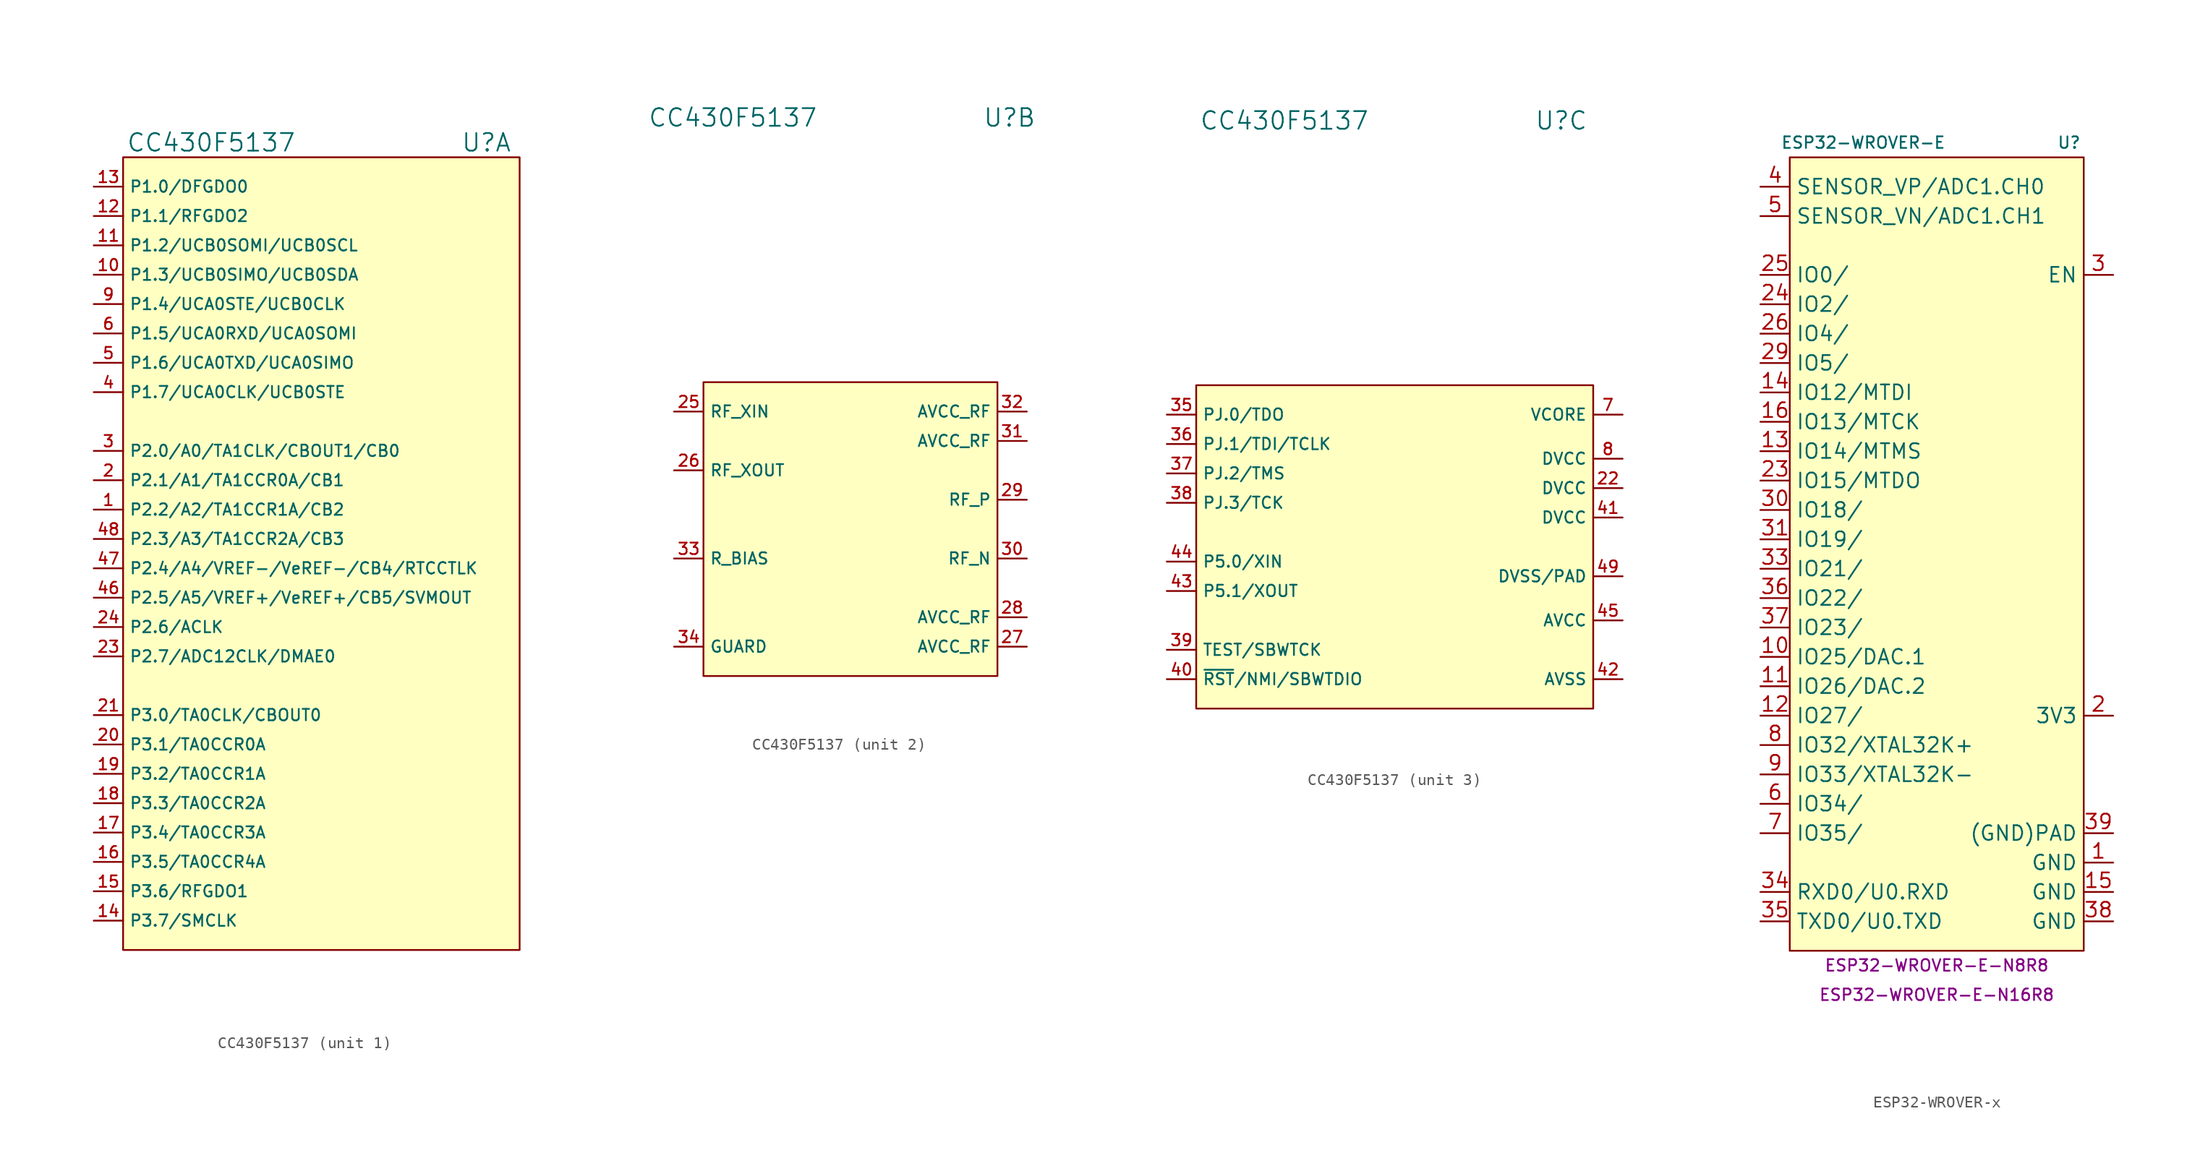
<source format=kicad_sym>
(kicad_symbol_lib
  (version 20220914)
  (generator kicad_symbol_editor)
  (symbol "CC430F5137"
    (property "Reference" "U"
      (at 11.43 35.56 0)
      (effects (font (size 1.524 1.524)) (justify left)))
    (property "Value" "CC430F5137"
      (at -10.16 35.56 0)
      (effects (font (size 1.524 1.524))))
    (property "ki_locked" ""
      (at 0 0 0)
      (effects (font (size 1.27 1.27))))
    (symbol "CC430F5137_1_1"
      (rectangle (start -17.78 -34.29) (end 16.51 34.29) (stroke (width 0) (type default)) (fill (type background)))
      (pin bidirectional line (at -20.32 3.81 0) (length 2.54) (name "P2.2/A2/TA1CCR1A/CB2" (effects (font (size 0.991 0.991)))) (number "1" (effects (font (size 0.991 0.991)))))
      (pin bidirectional line (at -20.32 24.13 0) (length 2.54) (name "P1.3/UCB0SIMO/UCB0SDA" (effects (font (size 0.991 0.991)))) (number "10" (effects (font (size 0.991 0.991)))))
      (pin bidirectional line (at -20.32 26.67 0) (length 2.54) (name "P1.2/UCB0SOMI/UCB0SCL" (effects (font (size 0.991 0.991)))) (number "11" (effects (font (size 0.991 0.991)))))
      (pin bidirectional line (at -20.32 29.21 0) (length 2.54) (name "P1.1/RFGDO2" (effects (font (size 0.991 0.991)))) (number "12" (effects (font (size 0.991 0.991)))))
      (pin bidirectional line (at -20.32 31.75 0) (length 2.54) (name "P1.0/DFGDO0" (effects (font (size 0.991 0.991)))) (number "13" (effects (font (size 0.991 0.991)))))
      (pin bidirectional line (at -20.32 -31.75 0) (length 2.54) (name "P3.7/SMCLK" (effects (font (size 0.991 0.991)))) (number "14" (effects (font (size 0.991 0.991)))))
      (pin bidirectional line (at -20.32 -29.21 0) (length 2.54) (name "P3.6/RFGDO1" (effects (font (size 0.991 0.991)))) (number "15" (effects (font (size 0.991 0.991)))))
      (pin bidirectional line (at -20.32 -26.67 0) (length 2.54) (name "P3.5/TA0CCR4A" (effects (font (size 0.991 0.991)))) (number "16" (effects (font (size 0.991 0.991)))))
      (pin bidirectional line (at -20.32 -24.13 0) (length 2.54) (name "P3.4/TA0CCR3A" (effects (font (size 0.991 0.991)))) (number "17" (effects (font (size 0.991 0.991)))))
      (pin bidirectional line (at -20.32 -21.59 0) (length 2.54) (name "P3.3/TA0CCR2A" (effects (font (size 0.991 0.991)))) (number "18" (effects (font (size 0.991 0.991)))))
      (pin bidirectional line (at -20.32 -19.05 0) (length 2.54) (name "P3.2/TA0CCR1A" (effects (font (size 0.991 0.991)))) (number "19" (effects (font (size 0.991 0.991)))))
      (pin bidirectional line (at -20.32 6.35 0) (length 2.54) (name "P2.1/A1/TA1CCR0A/CB1" (effects (font (size 0.991 0.991)))) (number "2" (effects (font (size 0.991 0.991)))))
      (pin bidirectional line (at -20.32 -16.51 0) (length 2.54) (name "P3.1/TA0CCR0A" (effects (font (size 0.991 0.991)))) (number "20" (effects (font (size 0.991 0.991)))))
      (pin bidirectional line (at -20.32 -13.97 0) (length 2.54) (name "P3.0/TA0CLK/CBOUT0" (effects (font (size 0.991 0.991)))) (number "21" (effects (font (size 0.991 0.991)))))
      (pin bidirectional line (at -20.32 -8.89 0) (length 2.54) (name "P2.7/ADC12CLK/DMAE0" (effects (font (size 0.991 0.991)))) (number "23" (effects (font (size 0.991 0.991)))))
      (pin bidirectional line (at -20.32 -6.35 0) (length 2.54) (name "P2.6/ACLK" (effects (font (size 0.991 0.991)))) (number "24" (effects (font (size 0.991 0.991)))))
      (pin bidirectional line (at -20.32 8.89 0) (length 2.54) (name "P2.0/A0/TA1CLK/CBOUT1/CB0" (effects (font (size 0.991 0.991)))) (number "3" (effects (font (size 0.991 0.991)))))
      (pin bidirectional line (at -20.32 13.97 0) (length 2.54) (name "P1.7/UCA0CLK/UCB0STE" (effects (font (size 0.991 0.991)))) (number "4" (effects (font (size 0.991 0.991)))))
      (pin bidirectional line (at -20.32 -3.81 0) (length 2.54) (name "P2.5/A5/VREF+/VeREF+/CB5/SVMOUT" (effects (font (size 0.991 0.991)))) (number "46" (effects (font (size 0.991 0.991)))))
      (pin bidirectional line (at -20.32 -1.27 0) (length 2.54) (name "P2.4/A4/VREF-/VeREF-/CB4/RTCCTLK" (effects (font (size 0.991 0.991)))) (number "47" (effects (font (size 0.991 0.991)))))
      (pin bidirectional line (at -20.32 1.27 0) (length 2.54) (name "P2.3/A3/TA1CCR2A/CB3" (effects (font (size 0.991 0.991)))) (number "48" (effects (font (size 0.991 0.991)))))
      (pin bidirectional line (at -20.32 16.51 0) (length 2.54) (name "P1.6/UCA0TXD/UCA0SIMO" (effects (font (size 0.991 0.991)))) (number "5" (effects (font (size 0.991 0.991)))))
      (pin bidirectional line (at -20.32 19.05 0) (length 2.54) (name "P1.5/UCA0RXD/UCA0SOMI" (effects (font (size 0.991 0.991)))) (number "6" (effects (font (size 0.991 0.991)))))
      (pin bidirectional line (at -20.32 21.59 0) (length 2.54) (name "P1.4/UCA0STE/UCB0CLK" (effects (font (size 0.991 0.991)))) (number "9" (effects (font (size 0.991 0.991))))))
    (symbol "CC430F5137_2_1"
      (rectangle (start -12.7 -12.7) (end 12.7 12.7) (stroke (width 0) (type default)) (fill (type background)))
      (pin passive line (at -15.24 10.16 0) (length 2.54) (name "RF_XIN" (effects (font (size 0.991 0.991)))) (number "25" (effects (font (size 0.991 0.991)))))
      (pin passive line (at -15.24 5.08 0) (length 2.54) (name "RF_XOUT" (effects (font (size 0.991 0.991)))) (number "26" (effects (font (size 0.991 0.991)))))
      (pin power_in line (at 15.24 -10.16 180) (length 2.54) (name "AVCC_RF" (effects (font (size 0.991 0.991)))) (number "27" (effects (font (size 0.991 0.991)))))
      (pin power_in line (at 15.24 -7.62 180) (length 2.54) (name "AVCC_RF" (effects (font (size 0.991 0.991)))) (number "28" (effects (font (size 0.991 0.991)))))
      (pin bidirectional line (at 15.24 2.54 180) (length 2.54) (name "RF_P" (effects (font (size 0.991 0.991)))) (number "29" (effects (font (size 0.991 0.991)))))
      (pin bidirectional line (at 15.24 -2.54 180) (length 2.54) (name "RF_N" (effects (font (size 0.991 0.991)))) (number "30" (effects (font (size 0.991 0.991)))))
      (pin power_in line (at 15.24 7.62 180) (length 2.54) (name "AVCC_RF" (effects (font (size 0.991 0.991)))) (number "31" (effects (font (size 0.991 0.991)))))
      (pin power_in line (at 15.24 10.16 180) (length 2.54) (name "AVCC_RF" (effects (font (size 0.991 0.991)))) (number "32" (effects (font (size 0.991 0.991)))))
      (pin passive line (at -15.24 -2.54 0) (length 2.54) (name "R_BIAS" (effects (font (size 0.991 0.991)))) (number "33" (effects (font (size 0.991 0.991)))))
      (pin passive line (at -15.24 -10.16 0) (length 2.54) (name "GUARD" (effects (font (size 0.991 0.991)))) (number "34" (effects (font (size 0.991 0.991))))))
    (symbol "CC430F5137_3_1"
      (rectangle (start -17.78 -15.24) (end 16.51 12.7) (stroke (width 0) (type default)) (fill (type background)))
      (pin power_in line (at 19.05 3.81 180) (length 2.54) (name "DVCC" (effects (font (size 0.991 0.991)))) (number "22" (effects (font (size 0.991 0.991)))))
      (pin bidirectional line (at -20.32 10.16 0) (length 2.54) (name "PJ.0/TDO" (effects (font (size 0.991 0.991)))) (number "35" (effects (font (size 0.991 0.991)))))
      (pin bidirectional line (at -20.32 7.62 0) (length 2.54) (name "PJ.1/TDI/TCLK" (effects (font (size 0.991 0.991)))) (number "36" (effects (font (size 0.991 0.991)))))
      (pin bidirectional line (at -20.32 5.08 0) (length 2.54) (name "PJ.2/TMS" (effects (font (size 0.991 0.991)))) (number "37" (effects (font (size 0.991 0.991)))))
      (pin bidirectional line (at -20.32 2.54 0) (length 2.54) (name "PJ.3/TCK" (effects (font (size 0.991 0.991)))) (number "38" (effects (font (size 0.991 0.991)))))
      (pin input line (at -20.32 -10.16 0) (length 2.54) (name "TEST/SBWTCK" (effects (font (size 0.991 0.991)))) (number "39" (effects (font (size 0.991 0.991)))))
      (pin bidirectional line (at -20.32 -12.7 0) (length 2.54) (name "~{RST}/NMI/SBWTDIO" (effects (font (size 0.991 0.991)))) (number "40" (effects (font (size 0.991 0.991)))))
      (pin power_in line (at 19.05 1.27 180) (length 2.54) (name "DVCC" (effects (font (size 0.991 0.991)))) (number "41" (effects (font (size 0.991 0.991)))))
      (pin power_in line (at 19.05 -12.7 180) (length 2.54) (name "AVSS" (effects (font (size 0.991 0.991)))) (number "42" (effects (font (size 0.991 0.991)))))
      (pin bidirectional line (at -20.32 -5.08 0) (length 2.54) (name "P5.1/XOUT" (effects (font (size 0.991 0.991)))) (number "43" (effects (font (size 0.991 0.991)))))
      (pin bidirectional line (at -20.32 -2.54 0) (length 2.54) (name "P5.0/XIN" (effects (font (size 0.991 0.991)))) (number "44" (effects (font (size 0.991 0.991)))))
      (pin power_in line (at 19.05 -7.62 180) (length 2.54) (name "AVCC" (effects (font (size 0.991 0.991)))) (number "45" (effects (font (size 0.991 0.991)))))
      (pin power_in line (at 19.05 -3.81 180) (length 2.54) (name "DVSS/PAD" (effects (font (size 0.991 0.991)))) (number "49" (effects (font (size 0.991 0.991)))))
      (pin power_out line (at 19.05 10.16 180) (length 2.54) (name "VCORE" (effects (font (size 0.991 0.991)))) (number "7" (effects (font (size 0.991 0.991)))))
      (pin power_in line (at 19.05 6.35 180) (length 2.54) (name "DVCC" (effects (font (size 0.991 0.991)))) (number "8" (effects (font (size 0.991 0.991)))))))
  (symbol "ESP32-WROVER-x"
    (property "Reference" "U"
      (at 11.43 39.37 0)
      (effects (font (size 1 1))))
    (property "Value" "ESP32-WROVER-E"
      (at -6.35 39.37 0)
      (effects (font (size 1 1))))
    (property "MPN" "ESP32-WROVER-E-N8R8"
      (at 0 -31.75 0)
      (effects (font (size 1 1))))
    (property "MPN2" "ESP32-WROVER-E-N16R8"
      (at 0 -34.29 0)
      (effects (font (size 1 1))))
    (symbol "ESP32-WROVER-x_1_1"
      (rectangle (start -12.7 38.1) (end 12.7 -30.48) (stroke (width 0) (type default)) (fill (type background)))
      (pin power_in line (at 15.24 -22.86 180) (length 2.54) (name "GND" (effects (font (size 1.27 1.27)))) (number "1" (effects (font (size 1.27 1.27)))))
      (pin bidirectional line (at -15.24 -5.08 0) (length 2.54) (name "IO25/DAC.1" (effects (font (size 1.27 1.27)))) (number "10" (effects (font (size 1.27 1.27)))))
      (pin bidirectional line (at -15.24 -7.62 0) (length 2.54) (name "IO26/DAC.2" (effects (font (size 1.27 1.27)))) (number "11" (effects (font (size 1.27 1.27)))))
      (pin bidirectional line (at -15.24 -10.16 0) (length 2.54) (name "IO27/" (effects (font (size 1.27 1.27)))) (number "12" (effects (font (size 1.27 1.27)))))
      (pin bidirectional line (at -15.24 12.7 0) (length 2.54) (name "IO14/MTMS" (effects (font (size 1.27 1.27)))) (number "13" (effects (font (size 1.27 1.27)))))
      (pin bidirectional line (at -15.24 17.78 0) (length 2.54) (name "IO12/MTDI" (effects (font (size 1.27 1.27)))) (number "14" (effects (font (size 1.27 1.27)))))
      (pin power_in line (at 15.24 -25.4 180) (length 2.54) (name "GND" (effects (font (size 1.27 1.27)))) (number "15" (effects (font (size 1.27 1.27)))))
      (pin bidirectional line (at -15.24 15.24 0) (length 2.54) (name "IO13/MTCK" (effects (font (size 1.27 1.27)))) (number "16" (effects (font (size 1.27 1.27)))))
      (pin power_in line (at 15.24 -10.16 180) (length 2.54) (name "3V3" (effects (font (size 1.27 1.27)))) (number "2" (effects (font (size 1.27 1.27)))))
      (pin bidirectional line (at -15.24 10.16 0) (length 2.54) (name "IO15/MTDO" (effects (font (size 1.27 1.27)))) (number "23" (effects (font (size 1.27 1.27)))))
      (pin bidirectional line (at -15.24 25.4 0) (length 2.54) (name "IO2/" (effects (font (size 1.27 1.27)))) (number "24" (effects (font (size 1.27 1.27)))))
      (pin bidirectional line (at -15.24 27.94 0) (length 2.54) (name "IO0/" (effects (font (size 1.27 1.27)))) (number "25" (effects (font (size 1.27 1.27)))))
      (pin bidirectional line (at -15.24 22.86 0) (length 2.54) (name "IO4/" (effects (font (size 1.27 1.27)))) (number "26" (effects (font (size 1.27 1.27)))))
      (pin bidirectional line (at -15.24 20.32 0) (length 2.54) (name "IO5/" (effects (font (size 1.27 1.27)))) (number "29" (effects (font (size 1.27 1.27)))))
      (pin input line (at 15.24 27.94 180) (length 2.54) (name "EN" (effects (font (size 1.27 1.27)))) (number "3" (effects (font (size 1.27 1.27)))))
      (pin bidirectional line (at -15.24 7.62 0) (length 2.54) (name "IO18/" (effects (font (size 1.27 1.27)))) (number "30" (effects (font (size 1.27 1.27)))))
      (pin bidirectional line (at -15.24 5.08 0) (length 2.54) (name "IO19/" (effects (font (size 1.27 1.27)))) (number "31" (effects (font (size 1.27 1.27)))))
      (pin bidirectional line (at -15.24 2.54 0) (length 2.54) (name "IO21/" (effects (font (size 1.27 1.27)))) (number "33" (effects (font (size 1.27 1.27)))))
      (pin bidirectional line (at -15.24 -25.4 0) (length 2.54) (name "RXD0/U0.RXD" (effects (font (size 1.27 1.27)))) (number "34" (effects (font (size 1.27 1.27)))))
      (pin bidirectional line (at -15.24 -27.94 0) (length 2.54) (name "TXD0/U0.TXD" (effects (font (size 1.27 1.27)))) (number "35" (effects (font (size 1.27 1.27)))))
      (pin bidirectional line (at -15.24 0 0) (length 2.54) (name "IO22/" (effects (font (size 1.27 1.27)))) (number "36" (effects (font (size 1.27 1.27)))))
      (pin bidirectional line (at -15.24 -2.54 0) (length 2.54) (name "IO23/" (effects (font (size 1.27 1.27)))) (number "37" (effects (font (size 1.27 1.27)))))
      (pin power_in line (at 15.24 -27.94 180) (length 2.54) (name "GND" (effects (font (size 1.27 1.27)))) (number "38" (effects (font (size 1.27 1.27)))))
      (pin power_in line (at 15.24 -20.32 180) (length 2.54) (name "(GND)PAD" (effects (font (size 1.27 1.27)))) (number "39" (effects (font (size 1.27 1.27)))))
      (pin input line (at -15.24 35.56 0) (length 2.54) (name "SENSOR_VP/ADC1.CH0" (effects (font (size 1.27 1.27)))) (number "4" (effects (font (size 1.27 1.27)))))
      (pin input line (at -15.24 33.02 0) (length 2.54) (name "SENSOR_VN/ADC1.CH1" (effects (font (size 1.27 1.27)))) (number "5" (effects (font (size 1.27 1.27)))))
      (pin input line (at -15.24 -17.78 0) (length 2.54) (name "IO34/" (effects (font (size 1.27 1.27)))) (number "6" (effects (font (size 1.27 1.27)))))
      (pin input line (at -15.24 -20.32 0) (length 2.54) (name "IO35/" (effects (font (size 1.27 1.27)))) (number "7" (effects (font (size 1.27 1.27)))))
      (pin bidirectional line (at -15.24 -12.7 0) (length 2.54) (name "IO32/XTAL32K+" (effects (font (size 1.27 1.27)))) (number "8" (effects (font (size 1.27 1.27)))))
      (pin bidirectional line (at -15.24 -15.24 0) (length 2.54) (name "IO33/XTAL32K-" (effects (font (size 1.27 1.27)))) (number "9" (effects (font (size 1.27 1.27))))))))
</source>
